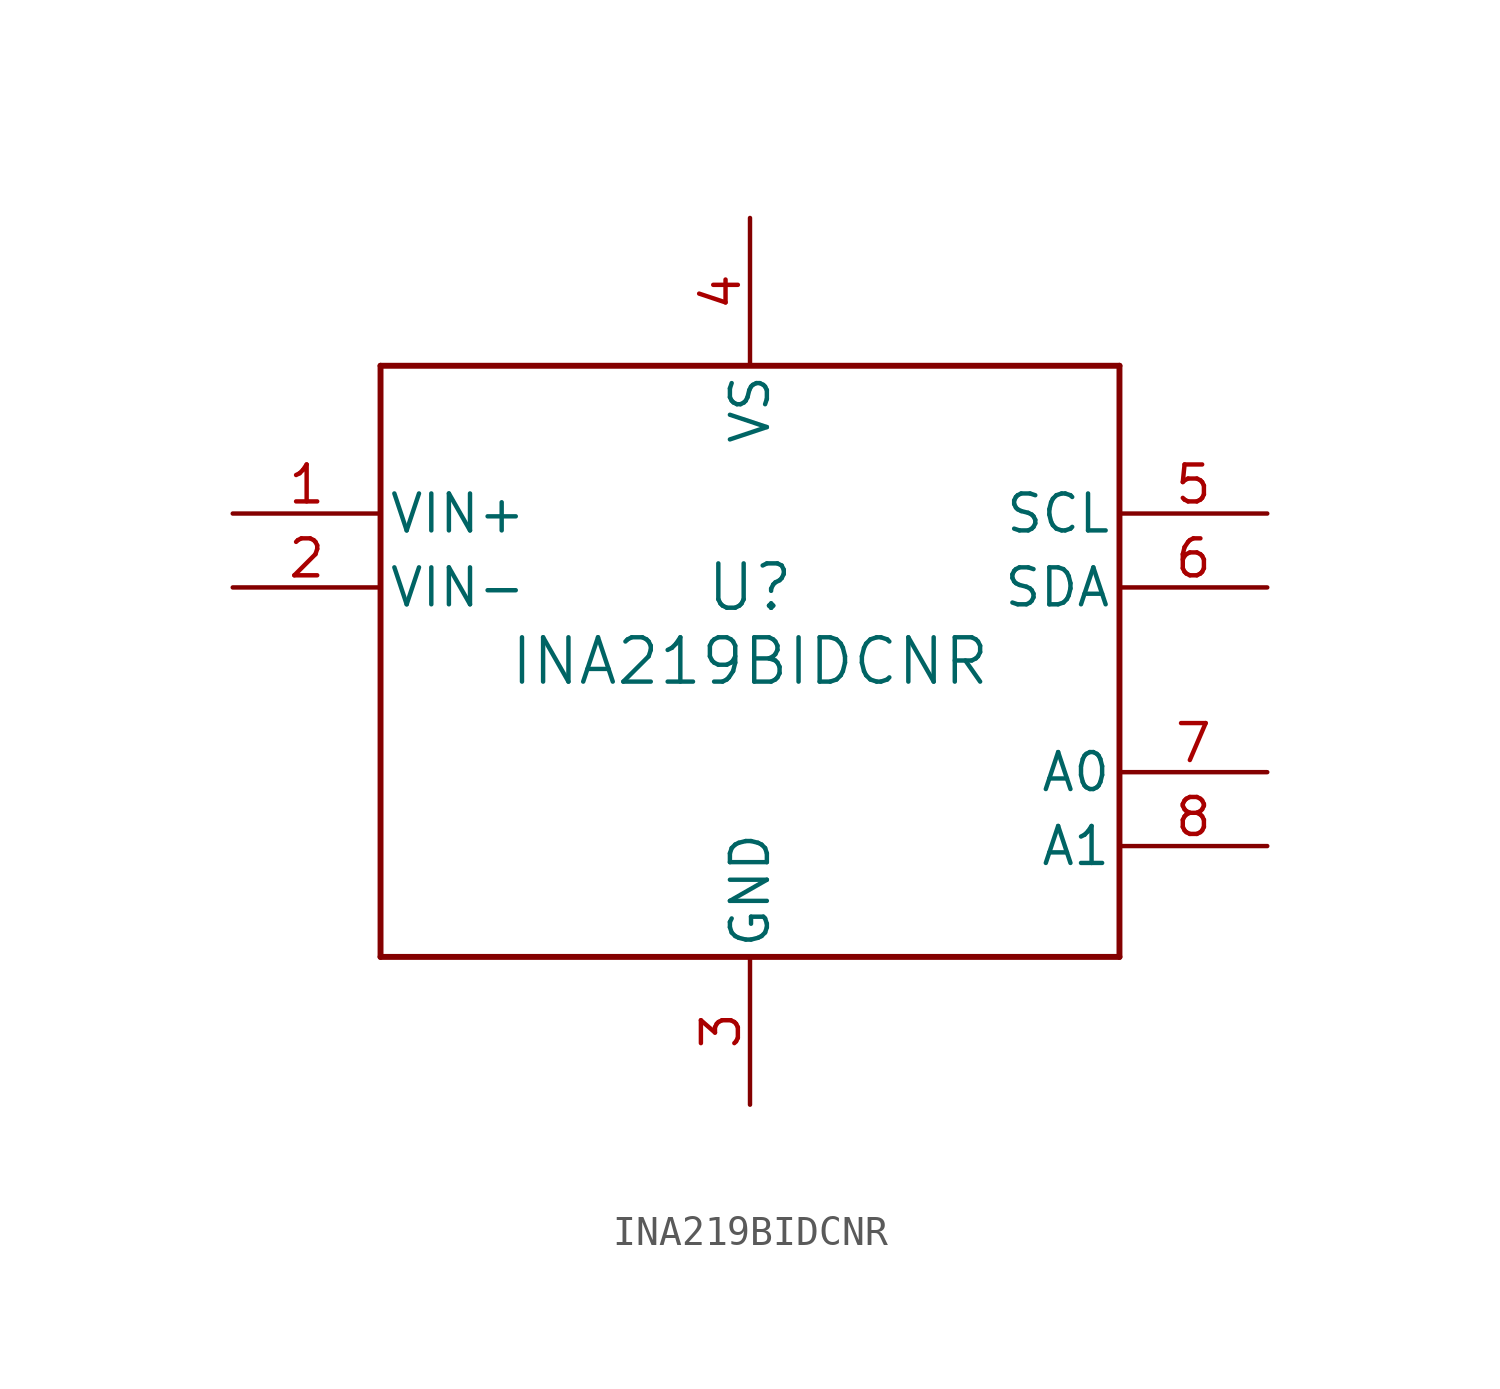
<source format=kicad_sym>
(kicad_symbol_lib
  (version 20241209)
  (generator "kicad_symbol_editor")
  (generator_version "9.0")
  (symbol "INA219BIDCNR"
    (pin_names
      (offset 0.254))
    (property "Reference" "U"
      (at 0 2.54 0)
      (effects (font (size 1.524 1.524))))
    (property "Value" "INA219BIDCNR"
      (at 0 0 0)
      (effects (font (size 1.524 1.524))))
    (property "ki_locked" ""
      (at 0 0 0)
      (effects (font (size 1.27 1.27))))
    (symbol "INA219BIDCNR_0_1"
      (polyline (pts (xy -12.7 10.16) (xy -12.7 -10.16)) (stroke (width 0.203) (type default)) (fill (type none)))
      (polyline (pts (xy -12.7 -10.16) (xy 12.7 -10.16)) (stroke (width 0.203) (type default)) (fill (type none)))
      (polyline (pts (xy 12.7 10.16) (xy -12.7 10.16)) (stroke (width 0.203) (type default)) (fill (type none)))
      (polyline (pts (xy 12.7 -10.16) (xy 12.7 10.16)) (stroke (width 0.203) (type default)) (fill (type none)))
      (pin input line (at -17.78 5.08 0) (length 5.08) (name "VIN+" (effects (font (size 1.27 1.27)))) (number "1" (effects (font (size 1.27 1.27)))))
      (pin input line (at -17.78 2.54 0) (length 5.08) (name "VIN-" (effects (font (size 1.27 1.27)))) (number "2" (effects (font (size 1.27 1.27)))))
      (pin power_in line (at 0 15.24 270) (length 5.08) (name "VS" (effects (font (size 1.27 1.27)))) (number "4" (effects (font (size 1.27 1.27)))))
      (pin power_in line (at 0 -15.24 90) (length 5.08) (name "GND" (effects (font (size 1.27 1.27)))) (number "3" (effects (font (size 1.27 1.27)))))
      (pin bidirectional line (at 17.78 5.08 180) (length 5.08) (name "SCL" (effects (font (size 1.27 1.27)))) (number "5" (effects (font (size 1.27 1.27)))))
      (pin bidirectional line (at 17.78 2.54 180) (length 5.08) (name "SDA" (effects (font (size 1.27 1.27)))) (number "6" (effects (font (size 1.27 1.27)))))
      (pin input line (at 17.78 -3.81 180) (length 5.08) (name "A0" (effects (font (size 1.27 1.27)))) (number "7" (effects (font (size 1.27 1.27)))))
      (pin input line (at 17.78 -6.35 180) (length 5.08) (name "A1" (effects (font (size 1.27 1.27)))) (number "8" (effects (font (size 1.27 1.27))))))))
</source>
